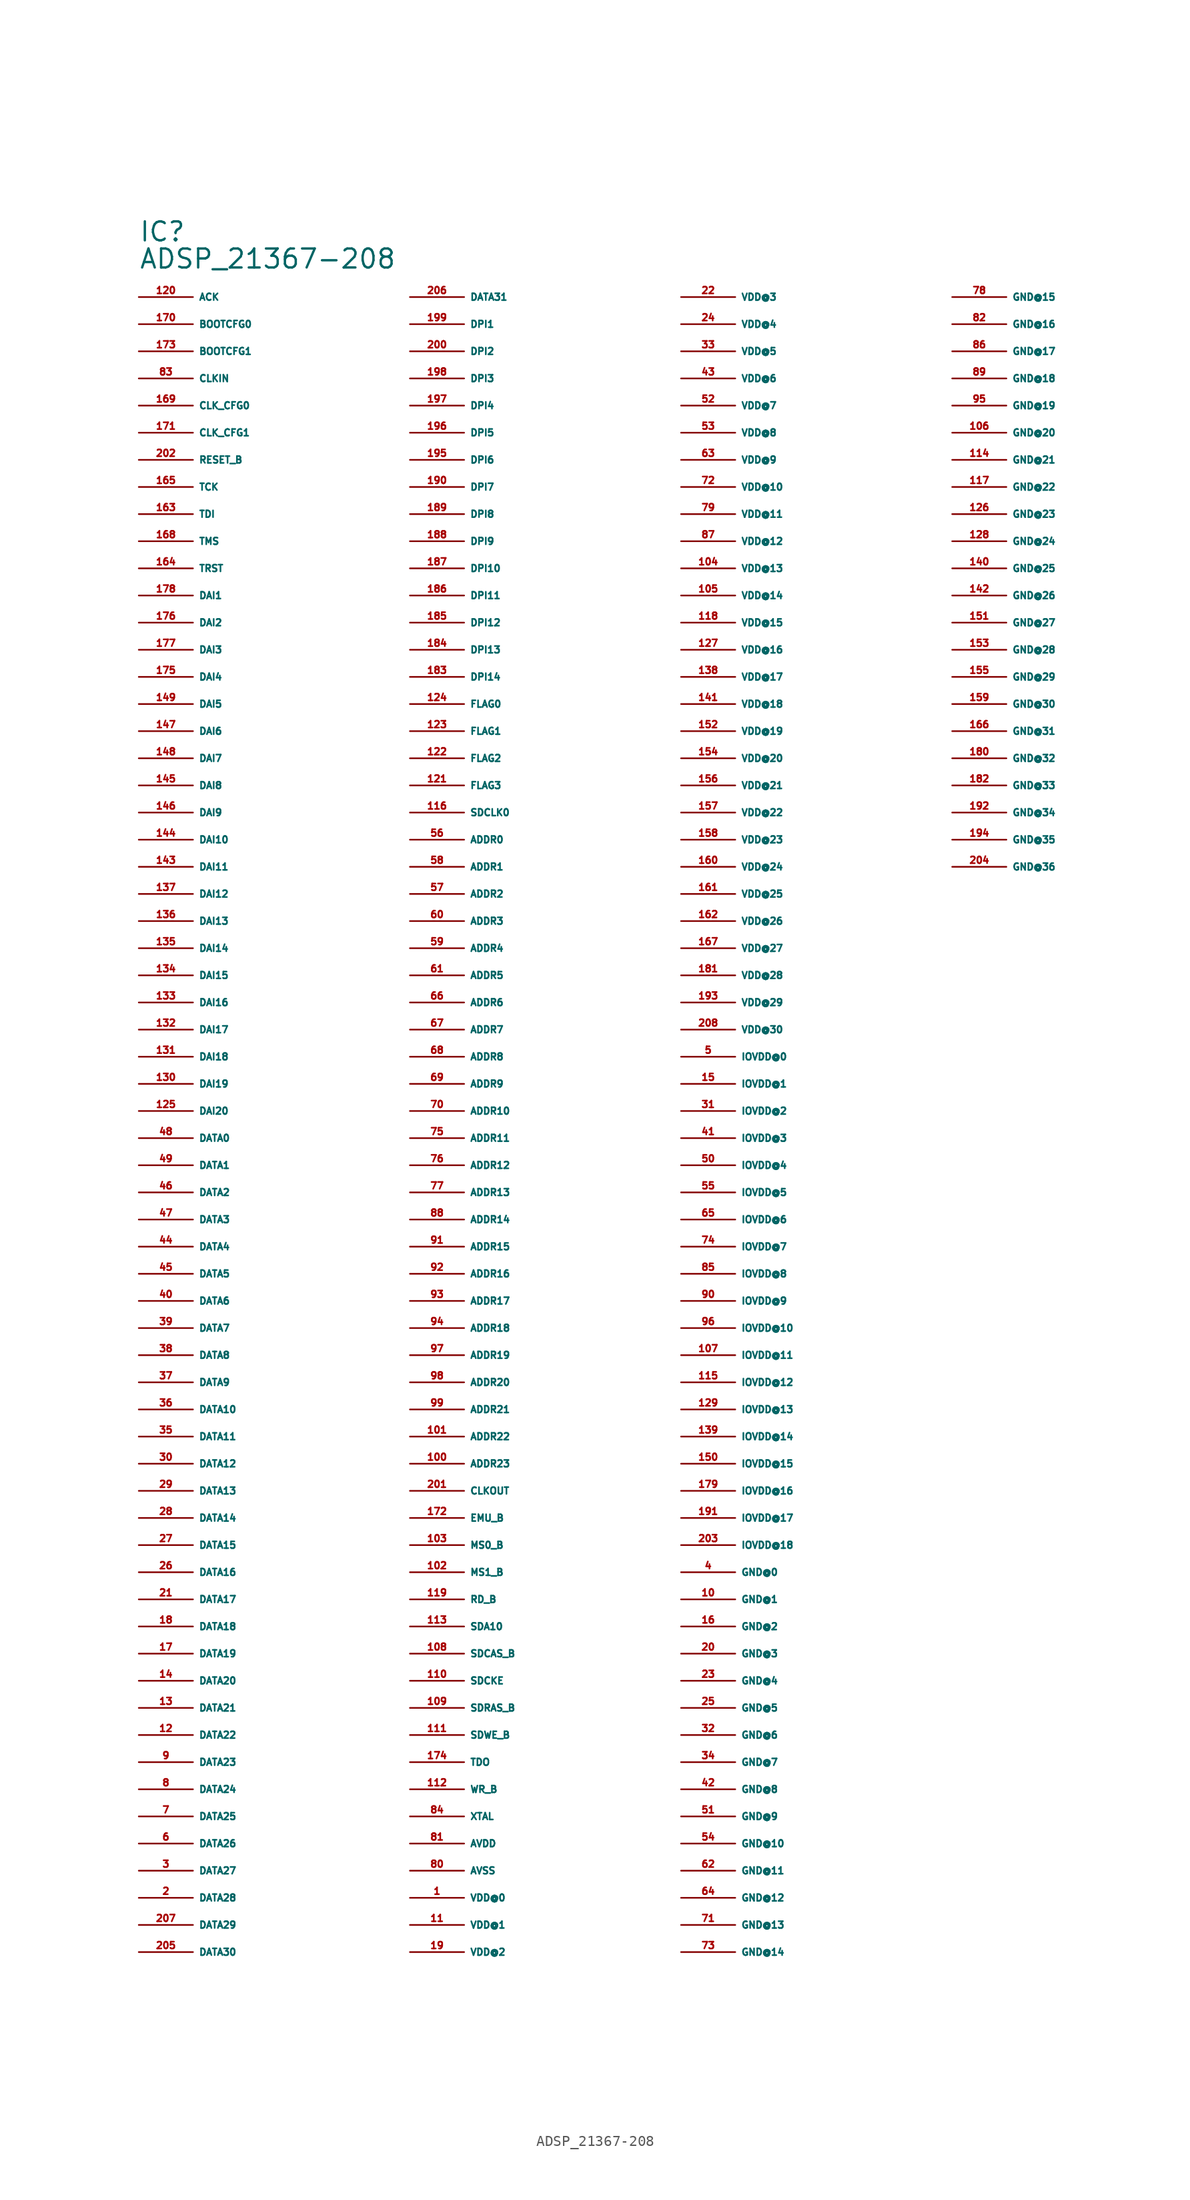
<source format=kicad_sym>
(kicad_symbol_lib
  (version 20220914)
  (generator Eagle2Kicad)
  (symbol "ADSP_21367-208"
    (property "Reference" "IC"
      (at -30.48 86.36 0)
      (effects (font (size 1.778 1.778) (thickness 0.22)) (justify left bottom)))
    (property "Value" "ADSP_21367-208"
      (at -30.48 83.82 0)
      (effects (font (size 1.778 1.778) (thickness 0.22)) (justify left bottom)))
    (pin input line
      (at -30.48 81.28 0)
      (length 5.08)
      (name "ACK" (effects (font (size 0.635 0.635) (thickness 0.08)) (justify left bottom)))
      (number "120" (effects (font (size 0.635 0.635) (thickness 0.08)) (justify left bottom))))
    (pin input line
      (at -30.48 78.74 0)
      (length 5.08)
      (name "BOOTCFG0" (effects (font (size 0.635 0.635) (thickness 0.08)) (justify left bottom)))
      (number "170" (effects (font (size 0.635 0.635) (thickness 0.08)) (justify left bottom))))
    (pin input line
      (at -30.48 76.2 0)
      (length 5.08)
      (name "BOOTCFG1" (effects (font (size 0.635 0.635) (thickness 0.08)) (justify left bottom)))
      (number "173" (effects (font (size 0.635 0.635) (thickness 0.08)) (justify left bottom))))
    (pin input line
      (at -30.48 73.66 0)
      (length 5.08)
      (name "CLKIN" (effects (font (size 0.635 0.635) (thickness 0.08)) (justify left bottom)))
      (number "83" (effects (font (size 0.635 0.635) (thickness 0.08)) (justify left bottom))))
    (pin input line
      (at -30.48 71.12 0)
      (length 5.08)
      (name "CLK_CFG0" (effects (font (size 0.635 0.635) (thickness 0.08)) (justify left bottom)))
      (number "169" (effects (font (size 0.635 0.635) (thickness 0.08)) (justify left bottom))))
    (pin input line
      (at -30.48 68.58 0)
      (length 5.08)
      (name "CLK_CFG1" (effects (font (size 0.635 0.635) (thickness 0.08)) (justify left bottom)))
      (number "171" (effects (font (size 0.635 0.635) (thickness 0.08)) (justify left bottom))))
    (pin input line
      (at -30.48 66.04 0)
      (length 5.08)
      (name "RESET_B" (effects (font (size 0.635 0.635) (thickness 0.08)) (justify left bottom)))
      (number "202" (effects (font (size 0.635 0.635) (thickness 0.08)) (justify left bottom))))
    (pin input line
      (at -30.48 63.5 0)
      (length 5.08)
      (name "TCK" (effects (font (size 0.635 0.635) (thickness 0.08)) (justify left bottom)))
      (number "165" (effects (font (size 0.635 0.635) (thickness 0.08)) (justify left bottom))))
    (pin input line
      (at -30.48 60.96 0)
      (length 5.08)
      (name "TDI" (effects (font (size 0.635 0.635) (thickness 0.08)) (justify left bottom)))
      (number "163" (effects (font (size 0.635 0.635) (thickness 0.08)) (justify left bottom))))
    (pin input line
      (at -30.48 58.42 0)
      (length 5.08)
      (name "TMS" (effects (font (size 0.635 0.635) (thickness 0.08)) (justify left bottom)))
      (number "168" (effects (font (size 0.635 0.635) (thickness 0.08)) (justify left bottom))))
    (pin input line
      (at -30.48 55.88 0)
      (length 5.08)
      (name "TRST" (effects (font (size 0.635 0.635) (thickness 0.08)) (justify left bottom)))
      (number "164" (effects (font (size 0.635 0.635) (thickness 0.08)) (justify left bottom))))
    (pin bidirectional line
      (at -30.48 53.34 0)
      (length 5.08)
      (name "DAI1" (effects (font (size 0.635 0.635) (thickness 0.08)) (justify left bottom)))
      (number "178" (effects (font (size 0.635 0.635) (thickness 0.08)) (justify left bottom))))
    (pin bidirectional line
      (at -30.48 50.8 0)
      (length 5.08)
      (name "DAI2" (effects (font (size 0.635 0.635) (thickness 0.08)) (justify left bottom)))
      (number "176" (effects (font (size 0.635 0.635) (thickness 0.08)) (justify left bottom))))
    (pin bidirectional line
      (at -30.48 48.26 0)
      (length 5.08)
      (name "DAI3" (effects (font (size 0.635 0.635) (thickness 0.08)) (justify left bottom)))
      (number "177" (effects (font (size 0.635 0.635) (thickness 0.08)) (justify left bottom))))
    (pin bidirectional line
      (at -30.48 45.72 0)
      (length 5.08)
      (name "DAI4" (effects (font (size 0.635 0.635) (thickness 0.08)) (justify left bottom)))
      (number "175" (effects (font (size 0.635 0.635) (thickness 0.08)) (justify left bottom))))
    (pin bidirectional line
      (at -30.48 43.18 0)
      (length 5.08)
      (name "DAI5" (effects (font (size 0.635 0.635) (thickness 0.08)) (justify left bottom)))
      (number "149" (effects (font (size 0.635 0.635) (thickness 0.08)) (justify left bottom))))
    (pin bidirectional line
      (at -30.48 40.64 0)
      (length 5.08)
      (name "DAI6" (effects (font (size 0.635 0.635) (thickness 0.08)) (justify left bottom)))
      (number "147" (effects (font (size 0.635 0.635) (thickness 0.08)) (justify left bottom))))
    (pin bidirectional line
      (at -30.48 38.1 0)
      (length 5.08)
      (name "DAI7" (effects (font (size 0.635 0.635) (thickness 0.08)) (justify left bottom)))
      (number "148" (effects (font (size 0.635 0.635) (thickness 0.08)) (justify left bottom))))
    (pin bidirectional line
      (at -30.48 35.56 0)
      (length 5.08)
      (name "DAI8" (effects (font (size 0.635 0.635) (thickness 0.08)) (justify left bottom)))
      (number "145" (effects (font (size 0.635 0.635) (thickness 0.08)) (justify left bottom))))
    (pin bidirectional line
      (at -30.48 33.02 0)
      (length 5.08)
      (name "DAI9" (effects (font (size 0.635 0.635) (thickness 0.08)) (justify left bottom)))
      (number "146" (effects (font (size 0.635 0.635) (thickness 0.08)) (justify left bottom))))
    (pin bidirectional line
      (at -30.48 30.48 0)
      (length 5.08)
      (name "DAI10" (effects (font (size 0.635 0.635) (thickness 0.08)) (justify left bottom)))
      (number "144" (effects (font (size 0.635 0.635) (thickness 0.08)) (justify left bottom))))
    (pin bidirectional line
      (at -30.48 27.94 0)
      (length 5.08)
      (name "DAI11" (effects (font (size 0.635 0.635) (thickness 0.08)) (justify left bottom)))
      (number "143" (effects (font (size 0.635 0.635) (thickness 0.08)) (justify left bottom))))
    (pin bidirectional line
      (at -30.48 25.4 0)
      (length 5.08)
      (name "DAI12" (effects (font (size 0.635 0.635) (thickness 0.08)) (justify left bottom)))
      (number "137" (effects (font (size 0.635 0.635) (thickness 0.08)) (justify left bottom))))
    (pin bidirectional line
      (at -30.48 22.86 0)
      (length 5.08)
      (name "DAI13" (effects (font (size 0.635 0.635) (thickness 0.08)) (justify left bottom)))
      (number "136" (effects (font (size 0.635 0.635) (thickness 0.08)) (justify left bottom))))
    (pin bidirectional line
      (at -30.48 20.32 0)
      (length 5.08)
      (name "DAI14" (effects (font (size 0.635 0.635) (thickness 0.08)) (justify left bottom)))
      (number "135" (effects (font (size 0.635 0.635) (thickness 0.08)) (justify left bottom))))
    (pin bidirectional line
      (at -30.48 17.78 0)
      (length 5.08)
      (name "DAI15" (effects (font (size 0.635 0.635) (thickness 0.08)) (justify left bottom)))
      (number "134" (effects (font (size 0.635 0.635) (thickness 0.08)) (justify left bottom))))
    (pin bidirectional line
      (at -30.48 15.24 0)
      (length 5.08)
      (name "DAI16" (effects (font (size 0.635 0.635) (thickness 0.08)) (justify left bottom)))
      (number "133" (effects (font (size 0.635 0.635) (thickness 0.08)) (justify left bottom))))
    (pin bidirectional line
      (at -30.48 12.7 0)
      (length 5.08)
      (name "DAI17" (effects (font (size 0.635 0.635) (thickness 0.08)) (justify left bottom)))
      (number "132" (effects (font (size 0.635 0.635) (thickness 0.08)) (justify left bottom))))
    (pin bidirectional line
      (at -30.48 10.16 0)
      (length 5.08)
      (name "DAI18" (effects (font (size 0.635 0.635) (thickness 0.08)) (justify left bottom)))
      (number "131" (effects (font (size 0.635 0.635) (thickness 0.08)) (justify left bottom))))
    (pin bidirectional line
      (at -30.48 7.62 0)
      (length 5.08)
      (name "DAI19" (effects (font (size 0.635 0.635) (thickness 0.08)) (justify left bottom)))
      (number "130" (effects (font (size 0.635 0.635) (thickness 0.08)) (justify left bottom))))
    (pin bidirectional line
      (at -30.48 5.08 0)
      (length 5.08)
      (name "DAI20" (effects (font (size 0.635 0.635) (thickness 0.08)) (justify left bottom)))
      (number "125" (effects (font (size 0.635 0.635) (thickness 0.08)) (justify left bottom))))
    (pin bidirectional line
      (at -30.48 2.54 0)
      (length 5.08)
      (name "DATA0" (effects (font (size 0.635 0.635) (thickness 0.08)) (justify left bottom)))
      (number "48" (effects (font (size 0.635 0.635) (thickness 0.08)) (justify left bottom))))
    (pin bidirectional line
      (at -30.48 0 0)
      (length 5.08)
      (name "DATA1" (effects (font (size 0.635 0.635) (thickness 0.08)) (justify left bottom)))
      (number "49" (effects (font (size 0.635 0.635) (thickness 0.08)) (justify left bottom))))
    (pin bidirectional line
      (at -30.48 -2.54 0)
      (length 5.08)
      (name "DATA2" (effects (font (size 0.635 0.635) (thickness 0.08)) (justify left bottom)))
      (number "46" (effects (font (size 0.635 0.635) (thickness 0.08)) (justify left bottom))))
    (pin bidirectional line
      (at -30.48 -5.08 0)
      (length 5.08)
      (name "DATA3" (effects (font (size 0.635 0.635) (thickness 0.08)) (justify left bottom)))
      (number "47" (effects (font (size 0.635 0.635) (thickness 0.08)) (justify left bottom))))
    (pin bidirectional line
      (at -30.48 -7.62 0)
      (length 5.08)
      (name "DATA4" (effects (font (size 0.635 0.635) (thickness 0.08)) (justify left bottom)))
      (number "44" (effects (font (size 0.635 0.635) (thickness 0.08)) (justify left bottom))))
    (pin bidirectional line
      (at -30.48 -10.16 0)
      (length 5.08)
      (name "DATA5" (effects (font (size 0.635 0.635) (thickness 0.08)) (justify left bottom)))
      (number "45" (effects (font (size 0.635 0.635) (thickness 0.08)) (justify left bottom))))
    (pin bidirectional line
      (at -30.48 -12.7 0)
      (length 5.08)
      (name "DATA6" (effects (font (size 0.635 0.635) (thickness 0.08)) (justify left bottom)))
      (number "40" (effects (font (size 0.635 0.635) (thickness 0.08)) (justify left bottom))))
    (pin bidirectional line
      (at -30.48 -15.24 0)
      (length 5.08)
      (name "DATA7" (effects (font (size 0.635 0.635) (thickness 0.08)) (justify left bottom)))
      (number "39" (effects (font (size 0.635 0.635) (thickness 0.08)) (justify left bottom))))
    (pin bidirectional line
      (at -30.48 -17.78 0)
      (length 5.08)
      (name "DATA8" (effects (font (size 0.635 0.635) (thickness 0.08)) (justify left bottom)))
      (number "38" (effects (font (size 0.635 0.635) (thickness 0.08)) (justify left bottom))))
    (pin bidirectional line
      (at -30.48 -20.32 0)
      (length 5.08)
      (name "DATA9" (effects (font (size 0.635 0.635) (thickness 0.08)) (justify left bottom)))
      (number "37" (effects (font (size 0.635 0.635) (thickness 0.08)) (justify left bottom))))
    (pin bidirectional line
      (at -30.48 -22.86 0)
      (length 5.08)
      (name "DATA10" (effects (font (size 0.635 0.635) (thickness 0.08)) (justify left bottom)))
      (number "36" (effects (font (size 0.635 0.635) (thickness 0.08)) (justify left bottom))))
    (pin bidirectional line
      (at -30.48 -25.4 0)
      (length 5.08)
      (name "DATA11" (effects (font (size 0.635 0.635) (thickness 0.08)) (justify left bottom)))
      (number "35" (effects (font (size 0.635 0.635) (thickness 0.08)) (justify left bottom))))
    (pin bidirectional line
      (at -30.48 -27.94 0)
      (length 5.08)
      (name "DATA12" (effects (font (size 0.635 0.635) (thickness 0.08)) (justify left bottom)))
      (number "30" (effects (font (size 0.635 0.635) (thickness 0.08)) (justify left bottom))))
    (pin bidirectional line
      (at -30.48 -30.48 0)
      (length 5.08)
      (name "DATA13" (effects (font (size 0.635 0.635) (thickness 0.08)) (justify left bottom)))
      (number "29" (effects (font (size 0.635 0.635) (thickness 0.08)) (justify left bottom))))
    (pin bidirectional line
      (at -30.48 -33.02 0)
      (length 5.08)
      (name "DATA14" (effects (font (size 0.635 0.635) (thickness 0.08)) (justify left bottom)))
      (number "28" (effects (font (size 0.635 0.635) (thickness 0.08)) (justify left bottom))))
    (pin bidirectional line
      (at -30.48 -35.56 0)
      (length 5.08)
      (name "DATA15" (effects (font (size 0.635 0.635) (thickness 0.08)) (justify left bottom)))
      (number "27" (effects (font (size 0.635 0.635) (thickness 0.08)) (justify left bottom))))
    (pin bidirectional line
      (at -30.48 -38.1 0)
      (length 5.08)
      (name "DATA16" (effects (font (size 0.635 0.635) (thickness 0.08)) (justify left bottom)))
      (number "26" (effects (font (size 0.635 0.635) (thickness 0.08)) (justify left bottom))))
    (pin bidirectional line
      (at -30.48 -40.64 0)
      (length 5.08)
      (name "DATA17" (effects (font (size 0.635 0.635) (thickness 0.08)) (justify left bottom)))
      (number "21" (effects (font (size 0.635 0.635) (thickness 0.08)) (justify left bottom))))
    (pin bidirectional line
      (at -30.48 -43.18 0)
      (length 5.08)
      (name "DATA18" (effects (font (size 0.635 0.635) (thickness 0.08)) (justify left bottom)))
      (number "18" (effects (font (size 0.635 0.635) (thickness 0.08)) (justify left bottom))))
    (pin bidirectional line
      (at -30.48 -45.72 0)
      (length 5.08)
      (name "DATA19" (effects (font (size 0.635 0.635) (thickness 0.08)) (justify left bottom)))
      (number "17" (effects (font (size 0.635 0.635) (thickness 0.08)) (justify left bottom))))
    (pin bidirectional line
      (at -30.48 -48.26 0)
      (length 5.08)
      (name "DATA20" (effects (font (size 0.635 0.635) (thickness 0.08)) (justify left bottom)))
      (number "14" (effects (font (size 0.635 0.635) (thickness 0.08)) (justify left bottom))))
    (pin bidirectional line
      (at -30.48 -50.8 0)
      (length 5.08)
      (name "DATA21" (effects (font (size 0.635 0.635) (thickness 0.08)) (justify left bottom)))
      (number "13" (effects (font (size 0.635 0.635) (thickness 0.08)) (justify left bottom))))
    (pin bidirectional line
      (at -30.48 -53.34 0)
      (length 5.08)
      (name "DATA22" (effects (font (size 0.635 0.635) (thickness 0.08)) (justify left bottom)))
      (number "12" (effects (font (size 0.635 0.635) (thickness 0.08)) (justify left bottom))))
    (pin bidirectional line
      (at -30.48 -55.88 0)
      (length 5.08)
      (name "DATA23" (effects (font (size 0.635 0.635) (thickness 0.08)) (justify left bottom)))
      (number "9" (effects (font (size 0.635 0.635) (thickness 0.08)) (justify left bottom))))
    (pin bidirectional line
      (at -30.48 -58.42 0)
      (length 5.08)
      (name "DATA24" (effects (font (size 0.635 0.635) (thickness 0.08)) (justify left bottom)))
      (number "8" (effects (font (size 0.635 0.635) (thickness 0.08)) (justify left bottom))))
    (pin bidirectional line
      (at -30.48 -60.96 0)
      (length 5.08)
      (name "DATA25" (effects (font (size 0.635 0.635) (thickness 0.08)) (justify left bottom)))
      (number "7" (effects (font (size 0.635 0.635) (thickness 0.08)) (justify left bottom))))
    (pin bidirectional line
      (at -30.48 -63.5 0)
      (length 5.08)
      (name "DATA26" (effects (font (size 0.635 0.635) (thickness 0.08)) (justify left bottom)))
      (number "6" (effects (font (size 0.635 0.635) (thickness 0.08)) (justify left bottom))))
    (pin bidirectional line
      (at -30.48 -66.04 0)
      (length 5.08)
      (name "DATA27" (effects (font (size 0.635 0.635) (thickness 0.08)) (justify left bottom)))
      (number "3" (effects (font (size 0.635 0.635) (thickness 0.08)) (justify left bottom))))
    (pin bidirectional line
      (at -30.48 -68.58 0)
      (length 5.08)
      (name "DATA28" (effects (font (size 0.635 0.635) (thickness 0.08)) (justify left bottom)))
      (number "2" (effects (font (size 0.635 0.635) (thickness 0.08)) (justify left bottom))))
    (pin bidirectional line
      (at -30.48 -71.12 0)
      (length 5.08)
      (name "DATA29" (effects (font (size 0.635 0.635) (thickness 0.08)) (justify left bottom)))
      (number "207" (effects (font (size 0.635 0.635) (thickness 0.08)) (justify left bottom))))
    (pin bidirectional line
      (at -30.48 -73.66 0)
      (length 5.08)
      (name "DATA30" (effects (font (size 0.635 0.635) (thickness 0.08)) (justify left bottom)))
      (number "205" (effects (font (size 0.635 0.635) (thickness 0.08)) (justify left bottom))))
    (pin bidirectional line
      (at -5.08 81.28 0)
      (length 5.08)
      (name "DATA31" (effects (font (size 0.635 0.635) (thickness 0.08)) (justify left bottom)))
      (number "206" (effects (font (size 0.635 0.635) (thickness 0.08)) (justify left bottom))))
    (pin bidirectional line
      (at -5.08 78.74 0)
      (length 5.08)
      (name "DPI1" (effects (font (size 0.635 0.635) (thickness 0.08)) (justify left bottom)))
      (number "199" (effects (font (size 0.635 0.635) (thickness 0.08)) (justify left bottom))))
    (pin bidirectional line
      (at -5.08 76.2 0)
      (length 5.08)
      (name "DPI2" (effects (font (size 0.635 0.635) (thickness 0.08)) (justify left bottom)))
      (number "200" (effects (font (size 0.635 0.635) (thickness 0.08)) (justify left bottom))))
    (pin bidirectional line
      (at -5.08 73.66 0)
      (length 5.08)
      (name "DPI3" (effects (font (size 0.635 0.635) (thickness 0.08)) (justify left bottom)))
      (number "198" (effects (font (size 0.635 0.635) (thickness 0.08)) (justify left bottom))))
    (pin bidirectional line
      (at -5.08 71.12 0)
      (length 5.08)
      (name "DPI4" (effects (font (size 0.635 0.635) (thickness 0.08)) (justify left bottom)))
      (number "197" (effects (font (size 0.635 0.635) (thickness 0.08)) (justify left bottom))))
    (pin bidirectional line
      (at -5.08 68.58 0)
      (length 5.08)
      (name "DPI5" (effects (font (size 0.635 0.635) (thickness 0.08)) (justify left bottom)))
      (number "196" (effects (font (size 0.635 0.635) (thickness 0.08)) (justify left bottom))))
    (pin bidirectional line
      (at -5.08 66.04 0)
      (length 5.08)
      (name "DPI6" (effects (font (size 0.635 0.635) (thickness 0.08)) (justify left bottom)))
      (number "195" (effects (font (size 0.635 0.635) (thickness 0.08)) (justify left bottom))))
    (pin bidirectional line
      (at -5.08 63.5 0)
      (length 5.08)
      (name "DPI7" (effects (font (size 0.635 0.635) (thickness 0.08)) (justify left bottom)))
      (number "190" (effects (font (size 0.635 0.635) (thickness 0.08)) (justify left bottom))))
    (pin bidirectional line
      (at -5.08 60.96 0)
      (length 5.08)
      (name "DPI8" (effects (font (size 0.635 0.635) (thickness 0.08)) (justify left bottom)))
      (number "189" (effects (font (size 0.635 0.635) (thickness 0.08)) (justify left bottom))))
    (pin bidirectional line
      (at -5.08 58.42 0)
      (length 5.08)
      (name "DPI9" (effects (font (size 0.635 0.635) (thickness 0.08)) (justify left bottom)))
      (number "188" (effects (font (size 0.635 0.635) (thickness 0.08)) (justify left bottom))))
    (pin bidirectional line
      (at -5.08 55.88 0)
      (length 5.08)
      (name "DPI10" (effects (font (size 0.635 0.635) (thickness 0.08)) (justify left bottom)))
      (number "187" (effects (font (size 0.635 0.635) (thickness 0.08)) (justify left bottom))))
    (pin bidirectional line
      (at -5.08 53.34 0)
      (length 5.08)
      (name "DPI11" (effects (font (size 0.635 0.635) (thickness 0.08)) (justify left bottom)))
      (number "186" (effects (font (size 0.635 0.635) (thickness 0.08)) (justify left bottom))))
    (pin bidirectional line
      (at -5.08 50.8 0)
      (length 5.08)
      (name "DPI12" (effects (font (size 0.635 0.635) (thickness 0.08)) (justify left bottom)))
      (number "185" (effects (font (size 0.635 0.635) (thickness 0.08)) (justify left bottom))))
    (pin bidirectional line
      (at -5.08 48.26 0)
      (length 5.08)
      (name "DPI13" (effects (font (size 0.635 0.635) (thickness 0.08)) (justify left bottom)))
      (number "184" (effects (font (size 0.635 0.635) (thickness 0.08)) (justify left bottom))))
    (pin bidirectional line
      (at -5.08 45.72 0)
      (length 5.08)
      (name "DPI14" (effects (font (size 0.635 0.635) (thickness 0.08)) (justify left bottom)))
      (number "183" (effects (font (size 0.635 0.635) (thickness 0.08)) (justify left bottom))))
    (pin bidirectional line
      (at -5.08 43.18 0)
      (length 5.08)
      (name "FLAG0" (effects (font (size 0.635 0.635) (thickness 0.08)) (justify left bottom)))
      (number "124" (effects (font (size 0.635 0.635) (thickness 0.08)) (justify left bottom))))
    (pin bidirectional line
      (at -5.08 40.64 0)
      (length 5.08)
      (name "FLAG1" (effects (font (size 0.635 0.635) (thickness 0.08)) (justify left bottom)))
      (number "123" (effects (font (size 0.635 0.635) (thickness 0.08)) (justify left bottom))))
    (pin bidirectional line
      (at -5.08 38.1 0)
      (length 5.08)
      (name "FLAG2" (effects (font (size 0.635 0.635) (thickness 0.08)) (justify left bottom)))
      (number "122" (effects (font (size 0.635 0.635) (thickness 0.08)) (justify left bottom))))
    (pin bidirectional line
      (at -5.08 35.56 0)
      (length 5.08)
      (name "FLAG3" (effects (font (size 0.635 0.635) (thickness 0.08)) (justify left bottom)))
      (number "121" (effects (font (size 0.635 0.635) (thickness 0.08)) (justify left bottom))))
    (pin bidirectional line
      (at -5.08 33.02 0)
      (length 5.08)
      (name "SDCLK0" (effects (font (size 0.635 0.635) (thickness 0.08)) (justify left bottom)))
      (number "116" (effects (font (size 0.635 0.635) (thickness 0.08)) (justify left bottom))))
    (pin output line
      (at -5.08 30.48 0)
      (length 5.08)
      (name "ADDR0" (effects (font (size 0.635 0.635) (thickness 0.08)) (justify left bottom)))
      (number "56" (effects (font (size 0.635 0.635) (thickness 0.08)) (justify left bottom))))
    (pin output line
      (at -5.08 27.94 0)
      (length 5.08)
      (name "ADDR1" (effects (font (size 0.635 0.635) (thickness 0.08)) (justify left bottom)))
      (number "58" (effects (font (size 0.635 0.635) (thickness 0.08)) (justify left bottom))))
    (pin output line
      (at -5.08 25.4 0)
      (length 5.08)
      (name "ADDR2" (effects (font (size 0.635 0.635) (thickness 0.08)) (justify left bottom)))
      (number "57" (effects (font (size 0.635 0.635) (thickness 0.08)) (justify left bottom))))
    (pin output line
      (at -5.08 22.86 0)
      (length 5.08)
      (name "ADDR3" (effects (font (size 0.635 0.635) (thickness 0.08)) (justify left bottom)))
      (number "60" (effects (font (size 0.635 0.635) (thickness 0.08)) (justify left bottom))))
    (pin output line
      (at -5.08 20.32 0)
      (length 5.08)
      (name "ADDR4" (effects (font (size 0.635 0.635) (thickness 0.08)) (justify left bottom)))
      (number "59" (effects (font (size 0.635 0.635) (thickness 0.08)) (justify left bottom))))
    (pin output line
      (at -5.08 17.78 0)
      (length 5.08)
      (name "ADDR5" (effects (font (size 0.635 0.635) (thickness 0.08)) (justify left bottom)))
      (number "61" (effects (font (size 0.635 0.635) (thickness 0.08)) (justify left bottom))))
    (pin output line
      (at -5.08 15.24 0)
      (length 5.08)
      (name "ADDR6" (effects (font (size 0.635 0.635) (thickness 0.08)) (justify left bottom)))
      (number "66" (effects (font (size 0.635 0.635) (thickness 0.08)) (justify left bottom))))
    (pin output line
      (at -5.08 12.7 0)
      (length 5.08)
      (name "ADDR7" (effects (font (size 0.635 0.635) (thickness 0.08)) (justify left bottom)))
      (number "67" (effects (font (size 0.635 0.635) (thickness 0.08)) (justify left bottom))))
    (pin output line
      (at -5.08 10.16 0)
      (length 5.08)
      (name "ADDR8" (effects (font (size 0.635 0.635) (thickness 0.08)) (justify left bottom)))
      (number "68" (effects (font (size 0.635 0.635) (thickness 0.08)) (justify left bottom))))
    (pin output line
      (at -5.08 7.62 0)
      (length 5.08)
      (name "ADDR9" (effects (font (size 0.635 0.635) (thickness 0.08)) (justify left bottom)))
      (number "69" (effects (font (size 0.635 0.635) (thickness 0.08)) (justify left bottom))))
    (pin output line
      (at -5.08 5.08 0)
      (length 5.08)
      (name "ADDR10" (effects (font (size 0.635 0.635) (thickness 0.08)) (justify left bottom)))
      (number "70" (effects (font (size 0.635 0.635) (thickness 0.08)) (justify left bottom))))
    (pin output line
      (at -5.08 2.54 0)
      (length 5.08)
      (name "ADDR11" (effects (font (size 0.635 0.635) (thickness 0.08)) (justify left bottom)))
      (number "75" (effects (font (size 0.635 0.635) (thickness 0.08)) (justify left bottom))))
    (pin output line
      (at -5.08 0 0)
      (length 5.08)
      (name "ADDR12" (effects (font (size 0.635 0.635) (thickness 0.08)) (justify left bottom)))
      (number "76" (effects (font (size 0.635 0.635) (thickness 0.08)) (justify left bottom))))
    (pin output line
      (at -5.08 -2.54 0)
      (length 5.08)
      (name "ADDR13" (effects (font (size 0.635 0.635) (thickness 0.08)) (justify left bottom)))
      (number "77" (effects (font (size 0.635 0.635) (thickness 0.08)) (justify left bottom))))
    (pin output line
      (at -5.08 -5.08 0)
      (length 5.08)
      (name "ADDR14" (effects (font (size 0.635 0.635) (thickness 0.08)) (justify left bottom)))
      (number "88" (effects (font (size 0.635 0.635) (thickness 0.08)) (justify left bottom))))
    (pin output line
      (at -5.08 -7.62 0)
      (length 5.08)
      (name "ADDR15" (effects (font (size 0.635 0.635) (thickness 0.08)) (justify left bottom)))
      (number "91" (effects (font (size 0.635 0.635) (thickness 0.08)) (justify left bottom))))
    (pin output line
      (at -5.08 -10.16 0)
      (length 5.08)
      (name "ADDR16" (effects (font (size 0.635 0.635) (thickness 0.08)) (justify left bottom)))
      (number "92" (effects (font (size 0.635 0.635) (thickness 0.08)) (justify left bottom))))
    (pin output line
      (at -5.08 -12.7 0)
      (length 5.08)
      (name "ADDR17" (effects (font (size 0.635 0.635) (thickness 0.08)) (justify left bottom)))
      (number "93" (effects (font (size 0.635 0.635) (thickness 0.08)) (justify left bottom))))
    (pin output line
      (at -5.08 -15.24 0)
      (length 5.08)
      (name "ADDR18" (effects (font (size 0.635 0.635) (thickness 0.08)) (justify left bottom)))
      (number "94" (effects (font (size 0.635 0.635) (thickness 0.08)) (justify left bottom))))
    (pin output line
      (at -5.08 -17.78 0)
      (length 5.08)
      (name "ADDR19" (effects (font (size 0.635 0.635) (thickness 0.08)) (justify left bottom)))
      (number "97" (effects (font (size 0.635 0.635) (thickness 0.08)) (justify left bottom))))
    (pin output line
      (at -5.08 -20.32 0)
      (length 5.08)
      (name "ADDR20" (effects (font (size 0.635 0.635) (thickness 0.08)) (justify left bottom)))
      (number "98" (effects (font (size 0.635 0.635) (thickness 0.08)) (justify left bottom))))
    (pin output line
      (at -5.08 -22.86 0)
      (length 5.08)
      (name "ADDR21" (effects (font (size 0.635 0.635) (thickness 0.08)) (justify left bottom)))
      (number "99" (effects (font (size 0.635 0.635) (thickness 0.08)) (justify left bottom))))
    (pin output line
      (at -5.08 -25.4 0)
      (length 5.08)
      (name "ADDR22" (effects (font (size 0.635 0.635) (thickness 0.08)) (justify left bottom)))
      (number "101" (effects (font (size 0.635 0.635) (thickness 0.08)) (justify left bottom))))
    (pin output line
      (at -5.08 -27.94 0)
      (length 5.08)
      (name "ADDR23" (effects (font (size 0.635 0.635) (thickness 0.08)) (justify left bottom)))
      (number "100" (effects (font (size 0.635 0.635) (thickness 0.08)) (justify left bottom))))
    (pin output line
      (at -5.08 -30.48 0)
      (length 5.08)
      (name "CLKOUT" (effects (font (size 0.635 0.635) (thickness 0.08)) (justify left bottom)))
      (number "201" (effects (font (size 0.635 0.635) (thickness 0.08)) (justify left bottom))))
    (pin output line
      (at -5.08 -33.02 0)
      (length 5.08)
      (name "EMU_B" (effects (font (size 0.635 0.635) (thickness 0.08)) (justify left bottom)))
      (number "172" (effects (font (size 0.635 0.635) (thickness 0.08)) (justify left bottom))))
    (pin output line
      (at -5.08 -35.56 0)
      (length 5.08)
      (name "MS0_B" (effects (font (size 0.635 0.635) (thickness 0.08)) (justify left bottom)))
      (number "103" (effects (font (size 0.635 0.635) (thickness 0.08)) (justify left bottom))))
    (pin output line
      (at -5.08 -38.1 0)
      (length 5.08)
      (name "MS1_B" (effects (font (size 0.635 0.635) (thickness 0.08)) (justify left bottom)))
      (number "102" (effects (font (size 0.635 0.635) (thickness 0.08)) (justify left bottom))))
    (pin output line
      (at -5.08 -40.64 0)
      (length 5.08)
      (name "RD_B" (effects (font (size 0.635 0.635) (thickness 0.08)) (justify left bottom)))
      (number "119" (effects (font (size 0.635 0.635) (thickness 0.08)) (justify left bottom))))
    (pin output line
      (at -5.08 -43.18 0)
      (length 5.08)
      (name "SDA10" (effects (font (size 0.635 0.635) (thickness 0.08)) (justify left bottom)))
      (number "113" (effects (font (size 0.635 0.635) (thickness 0.08)) (justify left bottom))))
    (pin output line
      (at -5.08 -45.72 0)
      (length 5.08)
      (name "SDCAS_B" (effects (font (size 0.635 0.635) (thickness 0.08)) (justify left bottom)))
      (number "108" (effects (font (size 0.635 0.635) (thickness 0.08)) (justify left bottom))))
    (pin output line
      (at -5.08 -48.26 0)
      (length 5.08)
      (name "SDCKE" (effects (font (size 0.635 0.635) (thickness 0.08)) (justify left bottom)))
      (number "110" (effects (font (size 0.635 0.635) (thickness 0.08)) (justify left bottom))))
    (pin output line
      (at -5.08 -50.8 0)
      (length 5.08)
      (name "SDRAS_B" (effects (font (size 0.635 0.635) (thickness 0.08)) (justify left bottom)))
      (number "109" (effects (font (size 0.635 0.635) (thickness 0.08)) (justify left bottom))))
    (pin output line
      (at -5.08 -53.34 0)
      (length 5.08)
      (name "SDWE_B" (effects (font (size 0.635 0.635) (thickness 0.08)) (justify left bottom)))
      (number "111" (effects (font (size 0.635 0.635) (thickness 0.08)) (justify left bottom))))
    (pin output line
      (at -5.08 -55.88 0)
      (length 5.08)
      (name "TDO" (effects (font (size 0.635 0.635) (thickness 0.08)) (justify left bottom)))
      (number "174" (effects (font (size 0.635 0.635) (thickness 0.08)) (justify left bottom))))
    (pin output line
      (at -5.08 -58.42 0)
      (length 5.08)
      (name "WR_B" (effects (font (size 0.635 0.635) (thickness 0.08)) (justify left bottom)))
      (number "112" (effects (font (size 0.635 0.635) (thickness 0.08)) (justify left bottom))))
    (pin output line
      (at -5.08 -60.96 0)
      (length 5.08)
      (name "XTAL" (effects (font (size 0.635 0.635) (thickness 0.08)) (justify left bottom)))
      (number "84" (effects (font (size 0.635 0.635) (thickness 0.08)) (justify left bottom))))
    (pin unspecified line
      (at -5.08 -63.5 0)
      (length 5.08)
      (name "AVDD" (effects (font (size 0.635 0.635) (thickness 0.08)) (justify left bottom)))
      (number "81" (effects (font (size 0.635 0.635) (thickness 0.08)) (justify left bottom))))
    (pin unspecified line
      (at -5.08 -66.04 0)
      (length 5.08)
      (name "AVSS" (effects (font (size 0.635 0.635) (thickness 0.08)) (justify left bottom)))
      (number "80" (effects (font (size 0.635 0.635) (thickness 0.08)) (justify left bottom))))
    (pin unspecified line
      (at -5.08 -68.58 0)
      (length 5.08)
      (name "VDD@0" (effects (font (size 0.635 0.635) (thickness 0.08)) (justify left bottom)))
      (number "1" (effects (font (size 0.635 0.635) (thickness 0.08)) (justify left bottom))))
    (pin unspecified line
      (at -5.08 -71.12 0)
      (length 5.08)
      (name "VDD@1" (effects (font (size 0.635 0.635) (thickness 0.08)) (justify left bottom)))
      (number "11" (effects (font (size 0.635 0.635) (thickness 0.08)) (justify left bottom))))
    (pin unspecified line
      (at -5.08 -73.66 0)
      (length 5.08)
      (name "VDD@2" (effects (font (size 0.635 0.635) (thickness 0.08)) (justify left bottom)))
      (number "19" (effects (font (size 0.635 0.635) (thickness 0.08)) (justify left bottom))))
    (pin unspecified line
      (at 20.32 81.28 0)
      (length 5.08)
      (name "VDD@3" (effects (font (size 0.635 0.635) (thickness 0.08)) (justify left bottom)))
      (number "22" (effects (font (size 0.635 0.635) (thickness 0.08)) (justify left bottom))))
    (pin unspecified line
      (at 20.32 78.74 0)
      (length 5.08)
      (name "VDD@4" (effects (font (size 0.635 0.635) (thickness 0.08)) (justify left bottom)))
      (number "24" (effects (font (size 0.635 0.635) (thickness 0.08)) (justify left bottom))))
    (pin unspecified line
      (at 20.32 76.2 0)
      (length 5.08)
      (name "VDD@5" (effects (font (size 0.635 0.635) (thickness 0.08)) (justify left bottom)))
      (number "33" (effects (font (size 0.635 0.635) (thickness 0.08)) (justify left bottom))))
    (pin unspecified line
      (at 20.32 73.66 0)
      (length 5.08)
      (name "VDD@6" (effects (font (size 0.635 0.635) (thickness 0.08)) (justify left bottom)))
      (number "43" (effects (font (size 0.635 0.635) (thickness 0.08)) (justify left bottom))))
    (pin unspecified line
      (at 20.32 71.12 0)
      (length 5.08)
      (name "VDD@7" (effects (font (size 0.635 0.635) (thickness 0.08)) (justify left bottom)))
      (number "52" (effects (font (size 0.635 0.635) (thickness 0.08)) (justify left bottom))))
    (pin unspecified line
      (at 20.32 68.58 0)
      (length 5.08)
      (name "VDD@8" (effects (font (size 0.635 0.635) (thickness 0.08)) (justify left bottom)))
      (number "53" (effects (font (size 0.635 0.635) (thickness 0.08)) (justify left bottom))))
    (pin unspecified line
      (at 20.32 66.04 0)
      (length 5.08)
      (name "VDD@9" (effects (font (size 0.635 0.635) (thickness 0.08)) (justify left bottom)))
      (number "63" (effects (font (size 0.635 0.635) (thickness 0.08)) (justify left bottom))))
    (pin unspecified line
      (at 20.32 63.5 0)
      (length 5.08)
      (name "VDD@10" (effects (font (size 0.635 0.635) (thickness 0.08)) (justify left bottom)))
      (number "72" (effects (font (size 0.635 0.635) (thickness 0.08)) (justify left bottom))))
    (pin unspecified line
      (at 20.32 60.96 0)
      (length 5.08)
      (name "VDD@11" (effects (font (size 0.635 0.635) (thickness 0.08)) (justify left bottom)))
      (number "79" (effects (font (size 0.635 0.635) (thickness 0.08)) (justify left bottom))))
    (pin unspecified line
      (at 20.32 58.42 0)
      (length 5.08)
      (name "VDD@12" (effects (font (size 0.635 0.635) (thickness 0.08)) (justify left bottom)))
      (number "87" (effects (font (size 0.635 0.635) (thickness 0.08)) (justify left bottom))))
    (pin unspecified line
      (at 20.32 55.88 0)
      (length 5.08)
      (name "VDD@13" (effects (font (size 0.635 0.635) (thickness 0.08)) (justify left bottom)))
      (number "104" (effects (font (size 0.635 0.635) (thickness 0.08)) (justify left bottom))))
    (pin unspecified line
      (at 20.32 53.34 0)
      (length 5.08)
      (name "VDD@14" (effects (font (size 0.635 0.635) (thickness 0.08)) (justify left bottom)))
      (number "105" (effects (font (size 0.635 0.635) (thickness 0.08)) (justify left bottom))))
    (pin unspecified line
      (at 20.32 50.8 0)
      (length 5.08)
      (name "VDD@15" (effects (font (size 0.635 0.635) (thickness 0.08)) (justify left bottom)))
      (number "118" (effects (font (size 0.635 0.635) (thickness 0.08)) (justify left bottom))))
    (pin unspecified line
      (at 20.32 48.26 0)
      (length 5.08)
      (name "VDD@16" (effects (font (size 0.635 0.635) (thickness 0.08)) (justify left bottom)))
      (number "127" (effects (font (size 0.635 0.635) (thickness 0.08)) (justify left bottom))))
    (pin unspecified line
      (at 20.32 45.72 0)
      (length 5.08)
      (name "VDD@17" (effects (font (size 0.635 0.635) (thickness 0.08)) (justify left bottom)))
      (number "138" (effects (font (size 0.635 0.635) (thickness 0.08)) (justify left bottom))))
    (pin unspecified line
      (at 20.32 43.18 0)
      (length 5.08)
      (name "VDD@18" (effects (font (size 0.635 0.635) (thickness 0.08)) (justify left bottom)))
      (number "141" (effects (font (size 0.635 0.635) (thickness 0.08)) (justify left bottom))))
    (pin unspecified line
      (at 20.32 40.64 0)
      (length 5.08)
      (name "VDD@19" (effects (font (size 0.635 0.635) (thickness 0.08)) (justify left bottom)))
      (number "152" (effects (font (size 0.635 0.635) (thickness 0.08)) (justify left bottom))))
    (pin unspecified line
      (at 20.32 38.1 0)
      (length 5.08)
      (name "VDD@20" (effects (font (size 0.635 0.635) (thickness 0.08)) (justify left bottom)))
      (number "154" (effects (font (size 0.635 0.635) (thickness 0.08)) (justify left bottom))))
    (pin unspecified line
      (at 20.32 35.56 0)
      (length 5.08)
      (name "VDD@21" (effects (font (size 0.635 0.635) (thickness 0.08)) (justify left bottom)))
      (number "156" (effects (font (size 0.635 0.635) (thickness 0.08)) (justify left bottom))))
    (pin unspecified line
      (at 20.32 33.02 0)
      (length 5.08)
      (name "VDD@22" (effects (font (size 0.635 0.635) (thickness 0.08)) (justify left bottom)))
      (number "157" (effects (font (size 0.635 0.635) (thickness 0.08)) (justify left bottom))))
    (pin unspecified line
      (at 20.32 30.48 0)
      (length 5.08)
      (name "VDD@23" (effects (font (size 0.635 0.635) (thickness 0.08)) (justify left bottom)))
      (number "158" (effects (font (size 0.635 0.635) (thickness 0.08)) (justify left bottom))))
    (pin unspecified line
      (at 20.32 27.94 0)
      (length 5.08)
      (name "VDD@24" (effects (font (size 0.635 0.635) (thickness 0.08)) (justify left bottom)))
      (number "160" (effects (font (size 0.635 0.635) (thickness 0.08)) (justify left bottom))))
    (pin unspecified line
      (at 20.32 25.4 0)
      (length 5.08)
      (name "VDD@25" (effects (font (size 0.635 0.635) (thickness 0.08)) (justify left bottom)))
      (number "161" (effects (font (size 0.635 0.635) (thickness 0.08)) (justify left bottom))))
    (pin unspecified line
      (at 20.32 22.86 0)
      (length 5.08)
      (name "VDD@26" (effects (font (size 0.635 0.635) (thickness 0.08)) (justify left bottom)))
      (number "162" (effects (font (size 0.635 0.635) (thickness 0.08)) (justify left bottom))))
    (pin unspecified line
      (at 20.32 20.32 0)
      (length 5.08)
      (name "VDD@27" (effects (font (size 0.635 0.635) (thickness 0.08)) (justify left bottom)))
      (number "167" (effects (font (size 0.635 0.635) (thickness 0.08)) (justify left bottom))))
    (pin unspecified line
      (at 20.32 17.78 0)
      (length 5.08)
      (name "VDD@28" (effects (font (size 0.635 0.635) (thickness 0.08)) (justify left bottom)))
      (number "181" (effects (font (size 0.635 0.635) (thickness 0.08)) (justify left bottom))))
    (pin unspecified line
      (at 20.32 15.24 0)
      (length 5.08)
      (name "VDD@29" (effects (font (size 0.635 0.635) (thickness 0.08)) (justify left bottom)))
      (number "193" (effects (font (size 0.635 0.635) (thickness 0.08)) (justify left bottom))))
    (pin unspecified line
      (at 20.32 12.7 0)
      (length 5.08)
      (name "VDD@30" (effects (font (size 0.635 0.635) (thickness 0.08)) (justify left bottom)))
      (number "208" (effects (font (size 0.635 0.635) (thickness 0.08)) (justify left bottom))))
    (pin unspecified line
      (at 20.32 10.16 0)
      (length 5.08)
      (name "IOVDD@0" (effects (font (size 0.635 0.635) (thickness 0.08)) (justify left bottom)))
      (number "5" (effects (font (size 0.635 0.635) (thickness 0.08)) (justify left bottom))))
    (pin unspecified line
      (at 20.32 7.62 0)
      (length 5.08)
      (name "IOVDD@1" (effects (font (size 0.635 0.635) (thickness 0.08)) (justify left bottom)))
      (number "15" (effects (font (size 0.635 0.635) (thickness 0.08)) (justify left bottom))))
    (pin unspecified line
      (at 20.32 5.08 0)
      (length 5.08)
      (name "IOVDD@2" (effects (font (size 0.635 0.635) (thickness 0.08)) (justify left bottom)))
      (number "31" (effects (font (size 0.635 0.635) (thickness 0.08)) (justify left bottom))))
    (pin unspecified line
      (at 20.32 2.54 0)
      (length 5.08)
      (name "IOVDD@3" (effects (font (size 0.635 0.635) (thickness 0.08)) (justify left bottom)))
      (number "41" (effects (font (size 0.635 0.635) (thickness 0.08)) (justify left bottom))))
    (pin unspecified line
      (at 20.32 0 0)
      (length 5.08)
      (name "IOVDD@4" (effects (font (size 0.635 0.635) (thickness 0.08)) (justify left bottom)))
      (number "50" (effects (font (size 0.635 0.635) (thickness 0.08)) (justify left bottom))))
    (pin unspecified line
      (at 20.32 -2.54 0)
      (length 5.08)
      (name "IOVDD@5" (effects (font (size 0.635 0.635) (thickness 0.08)) (justify left bottom)))
      (number "55" (effects (font (size 0.635 0.635) (thickness 0.08)) (justify left bottom))))
    (pin unspecified line
      (at 20.32 -5.08 0)
      (length 5.08)
      (name "IOVDD@6" (effects (font (size 0.635 0.635) (thickness 0.08)) (justify left bottom)))
      (number "65" (effects (font (size 0.635 0.635) (thickness 0.08)) (justify left bottom))))
    (pin unspecified line
      (at 20.32 -7.62 0)
      (length 5.08)
      (name "IOVDD@7" (effects (font (size 0.635 0.635) (thickness 0.08)) (justify left bottom)))
      (number "74" (effects (font (size 0.635 0.635) (thickness 0.08)) (justify left bottom))))
    (pin unspecified line
      (at 20.32 -10.16 0)
      (length 5.08)
      (name "IOVDD@8" (effects (font (size 0.635 0.635) (thickness 0.08)) (justify left bottom)))
      (number "85" (effects (font (size 0.635 0.635) (thickness 0.08)) (justify left bottom))))
    (pin unspecified line
      (at 20.32 -12.7 0)
      (length 5.08)
      (name "IOVDD@9" (effects (font (size 0.635 0.635) (thickness 0.08)) (justify left bottom)))
      (number "90" (effects (font (size 0.635 0.635) (thickness 0.08)) (justify left bottom))))
    (pin unspecified line
      (at 20.32 -15.24 0)
      (length 5.08)
      (name "IOVDD@10" (effects (font (size 0.635 0.635) (thickness 0.08)) (justify left bottom)))
      (number "96" (effects (font (size 0.635 0.635) (thickness 0.08)) (justify left bottom))))
    (pin unspecified line
      (at 20.32 -17.78 0)
      (length 5.08)
      (name "IOVDD@11" (effects (font (size 0.635 0.635) (thickness 0.08)) (justify left bottom)))
      (number "107" (effects (font (size 0.635 0.635) (thickness 0.08)) (justify left bottom))))
    (pin unspecified line
      (at 20.32 -20.32 0)
      (length 5.08)
      (name "IOVDD@12" (effects (font (size 0.635 0.635) (thickness 0.08)) (justify left bottom)))
      (number "115" (effects (font (size 0.635 0.635) (thickness 0.08)) (justify left bottom))))
    (pin unspecified line
      (at 20.32 -22.86 0)
      (length 5.08)
      (name "IOVDD@13" (effects (font (size 0.635 0.635) (thickness 0.08)) (justify left bottom)))
      (number "129" (effects (font (size 0.635 0.635) (thickness 0.08)) (justify left bottom))))
    (pin unspecified line
      (at 20.32 -25.4 0)
      (length 5.08)
      (name "IOVDD@14" (effects (font (size 0.635 0.635) (thickness 0.08)) (justify left bottom)))
      (number "139" (effects (font (size 0.635 0.635) (thickness 0.08)) (justify left bottom))))
    (pin unspecified line
      (at 20.32 -27.94 0)
      (length 5.08)
      (name "IOVDD@15" (effects (font (size 0.635 0.635) (thickness 0.08)) (justify left bottom)))
      (number "150" (effects (font (size 0.635 0.635) (thickness 0.08)) (justify left bottom))))
    (pin unspecified line
      (at 20.32 -30.48 0)
      (length 5.08)
      (name "IOVDD@16" (effects (font (size 0.635 0.635) (thickness 0.08)) (justify left bottom)))
      (number "179" (effects (font (size 0.635 0.635) (thickness 0.08)) (justify left bottom))))
    (pin unspecified line
      (at 20.32 -33.02 0)
      (length 5.08)
      (name "IOVDD@17" (effects (font (size 0.635 0.635) (thickness 0.08)) (justify left bottom)))
      (number "191" (effects (font (size 0.635 0.635) (thickness 0.08)) (justify left bottom))))
    (pin unspecified line
      (at 20.32 -35.56 0)
      (length 5.08)
      (name "IOVDD@18" (effects (font (size 0.635 0.635) (thickness 0.08)) (justify left bottom)))
      (number "203" (effects (font (size 0.635 0.635) (thickness 0.08)) (justify left bottom))))
    (pin unspecified line
      (at 20.32 -38.1 0)
      (length 5.08)
      (name "GND@0" (effects (font (size 0.635 0.635) (thickness 0.08)) (justify left bottom)))
      (number "4" (effects (font (size 0.635 0.635) (thickness 0.08)) (justify left bottom))))
    (pin unspecified line
      (at 20.32 -40.64 0)
      (length 5.08)
      (name "GND@1" (effects (font (size 0.635 0.635) (thickness 0.08)) (justify left bottom)))
      (number "10" (effects (font (size 0.635 0.635) (thickness 0.08)) (justify left bottom))))
    (pin unspecified line
      (at 20.32 -43.18 0)
      (length 5.08)
      (name "GND@2" (effects (font (size 0.635 0.635) (thickness 0.08)) (justify left bottom)))
      (number "16" (effects (font (size 0.635 0.635) (thickness 0.08)) (justify left bottom))))
    (pin unspecified line
      (at 20.32 -45.72 0)
      (length 5.08)
      (name "GND@3" (effects (font (size 0.635 0.635) (thickness 0.08)) (justify left bottom)))
      (number "20" (effects (font (size 0.635 0.635) (thickness 0.08)) (justify left bottom))))
    (pin unspecified line
      (at 20.32 -48.26 0)
      (length 5.08)
      (name "GND@4" (effects (font (size 0.635 0.635) (thickness 0.08)) (justify left bottom)))
      (number "23" (effects (font (size 0.635 0.635) (thickness 0.08)) (justify left bottom))))
    (pin unspecified line
      (at 20.32 -50.8 0)
      (length 5.08)
      (name "GND@5" (effects (font (size 0.635 0.635) (thickness 0.08)) (justify left bottom)))
      (number "25" (effects (font (size 0.635 0.635) (thickness 0.08)) (justify left bottom))))
    (pin unspecified line
      (at 20.32 -53.34 0)
      (length 5.08)
      (name "GND@6" (effects (font (size 0.635 0.635) (thickness 0.08)) (justify left bottom)))
      (number "32" (effects (font (size 0.635 0.635) (thickness 0.08)) (justify left bottom))))
    (pin unspecified line
      (at 20.32 -55.88 0)
      (length 5.08)
      (name "GND@7" (effects (font (size 0.635 0.635) (thickness 0.08)) (justify left bottom)))
      (number "34" (effects (font (size 0.635 0.635) (thickness 0.08)) (justify left bottom))))
    (pin unspecified line
      (at 20.32 -58.42 0)
      (length 5.08)
      (name "GND@8" (effects (font (size 0.635 0.635) (thickness 0.08)) (justify left bottom)))
      (number "42" (effects (font (size 0.635 0.635) (thickness 0.08)) (justify left bottom))))
    (pin unspecified line
      (at 20.32 -60.96 0)
      (length 5.08)
      (name "GND@9" (effects (font (size 0.635 0.635) (thickness 0.08)) (justify left bottom)))
      (number "51" (effects (font (size 0.635 0.635) (thickness 0.08)) (justify left bottom))))
    (pin unspecified line
      (at 20.32 -63.5 0)
      (length 5.08)
      (name "GND@10" (effects (font (size 0.635 0.635) (thickness 0.08)) (justify left bottom)))
      (number "54" (effects (font (size 0.635 0.635) (thickness 0.08)) (justify left bottom))))
    (pin unspecified line
      (at 20.32 -66.04 0)
      (length 5.08)
      (name "GND@11" (effects (font (size 0.635 0.635) (thickness 0.08)) (justify left bottom)))
      (number "62" (effects (font (size 0.635 0.635) (thickness 0.08)) (justify left bottom))))
    (pin unspecified line
      (at 20.32 -68.58 0)
      (length 5.08)
      (name "GND@12" (effects (font (size 0.635 0.635) (thickness 0.08)) (justify left bottom)))
      (number "64" (effects (font (size 0.635 0.635) (thickness 0.08)) (justify left bottom))))
    (pin unspecified line
      (at 20.32 -71.12 0)
      (length 5.08)
      (name "GND@13" (effects (font (size 0.635 0.635) (thickness 0.08)) (justify left bottom)))
      (number "71" (effects (font (size 0.635 0.635) (thickness 0.08)) (justify left bottom))))
    (pin unspecified line
      (at 20.32 -73.66 0)
      (length 5.08)
      (name "GND@14" (effects (font (size 0.635 0.635) (thickness 0.08)) (justify left bottom)))
      (number "73" (effects (font (size 0.635 0.635) (thickness 0.08)) (justify left bottom))))
    (pin unspecified line
      (at 45.72 81.28 0)
      (length 5.08)
      (name "GND@15" (effects (font (size 0.635 0.635) (thickness 0.08)) (justify left bottom)))
      (number "78" (effects (font (size 0.635 0.635) (thickness 0.08)) (justify left bottom))))
    (pin unspecified line
      (at 45.72 78.74 0)
      (length 5.08)
      (name "GND@16" (effects (font (size 0.635 0.635) (thickness 0.08)) (justify left bottom)))
      (number "82" (effects (font (size 0.635 0.635) (thickness 0.08)) (justify left bottom))))
    (pin unspecified line
      (at 45.72 76.2 0)
      (length 5.08)
      (name "GND@17" (effects (font (size 0.635 0.635) (thickness 0.08)) (justify left bottom)))
      (number "86" (effects (font (size 0.635 0.635) (thickness 0.08)) (justify left bottom))))
    (pin unspecified line
      (at 45.72 73.66 0)
      (length 5.08)
      (name "GND@18" (effects (font (size 0.635 0.635) (thickness 0.08)) (justify left bottom)))
      (number "89" (effects (font (size 0.635 0.635) (thickness 0.08)) (justify left bottom))))
    (pin unspecified line
      (at 45.72 71.12 0)
      (length 5.08)
      (name "GND@19" (effects (font (size 0.635 0.635) (thickness 0.08)) (justify left bottom)))
      (number "95" (effects (font (size 0.635 0.635) (thickness 0.08)) (justify left bottom))))
    (pin unspecified line
      (at 45.72 68.58 0)
      (length 5.08)
      (name "GND@20" (effects (font (size 0.635 0.635) (thickness 0.08)) (justify left bottom)))
      (number "106" (effects (font (size 0.635 0.635) (thickness 0.08)) (justify left bottom))))
    (pin unspecified line
      (at 45.72 66.04 0)
      (length 5.08)
      (name "GND@21" (effects (font (size 0.635 0.635) (thickness 0.08)) (justify left bottom)))
      (number "114" (effects (font (size 0.635 0.635) (thickness 0.08)) (justify left bottom))))
    (pin unspecified line
      (at 45.72 63.5 0)
      (length 5.08)
      (name "GND@22" (effects (font (size 0.635 0.635) (thickness 0.08)) (justify left bottom)))
      (number "117" (effects (font (size 0.635 0.635) (thickness 0.08)) (justify left bottom))))
    (pin unspecified line
      (at 45.72 60.96 0)
      (length 5.08)
      (name "GND@23" (effects (font (size 0.635 0.635) (thickness 0.08)) (justify left bottom)))
      (number "126" (effects (font (size 0.635 0.635) (thickness 0.08)) (justify left bottom))))
    (pin unspecified line
      (at 45.72 58.42 0)
      (length 5.08)
      (name "GND@24" (effects (font (size 0.635 0.635) (thickness 0.08)) (justify left bottom)))
      (number "128" (effects (font (size 0.635 0.635) (thickness 0.08)) (justify left bottom))))
    (pin unspecified line
      (at 45.72 55.88 0)
      (length 5.08)
      (name "GND@25" (effects (font (size 0.635 0.635) (thickness 0.08)) (justify left bottom)))
      (number "140" (effects (font (size 0.635 0.635) (thickness 0.08)) (justify left bottom))))
    (pin unspecified line
      (at 45.72 53.34 0)
      (length 5.08)
      (name "GND@26" (effects (font (size 0.635 0.635) (thickness 0.08)) (justify left bottom)))
      (number "142" (effects (font (size 0.635 0.635) (thickness 0.08)) (justify left bottom))))
    (pin unspecified line
      (at 45.72 50.8 0)
      (length 5.08)
      (name "GND@27" (effects (font (size 0.635 0.635) (thickness 0.08)) (justify left bottom)))
      (number "151" (effects (font (size 0.635 0.635) (thickness 0.08)) (justify left bottom))))
    (pin unspecified line
      (at 45.72 48.26 0)
      (length 5.08)
      (name "GND@28" (effects (font (size 0.635 0.635) (thickness 0.08)) (justify left bottom)))
      (number "153" (effects (font (size 0.635 0.635) (thickness 0.08)) (justify left bottom))))
    (pin unspecified line
      (at 45.72 45.72 0)
      (length 5.08)
      (name "GND@29" (effects (font (size 0.635 0.635) (thickness 0.08)) (justify left bottom)))
      (number "155" (effects (font (size 0.635 0.635) (thickness 0.08)) (justify left bottom))))
    (pin unspecified line
      (at 45.72 43.18 0)
      (length 5.08)
      (name "GND@30" (effects (font (size 0.635 0.635) (thickness 0.08)) (justify left bottom)))
      (number "159" (effects (font (size 0.635 0.635) (thickness 0.08)) (justify left bottom))))
    (pin unspecified line
      (at 45.72 40.64 0)
      (length 5.08)
      (name "GND@31" (effects (font (size 0.635 0.635) (thickness 0.08)) (justify left bottom)))
      (number "166" (effects (font (size 0.635 0.635) (thickness 0.08)) (justify left bottom))))
    (pin unspecified line
      (at 45.72 38.1 0)
      (length 5.08)
      (name "GND@32" (effects (font (size 0.635 0.635) (thickness 0.08)) (justify left bottom)))
      (number "180" (effects (font (size 0.635 0.635) (thickness 0.08)) (justify left bottom))))
    (pin unspecified line
      (at 45.72 35.56 0)
      (length 5.08)
      (name "GND@33" (effects (font (size 0.635 0.635) (thickness 0.08)) (justify left bottom)))
      (number "182" (effects (font (size 0.635 0.635) (thickness 0.08)) (justify left bottom))))
    (pin unspecified line
      (at 45.72 33.02 0)
      (length 5.08)
      (name "GND@34" (effects (font (size 0.635 0.635) (thickness 0.08)) (justify left bottom)))
      (number "192" (effects (font (size 0.635 0.635) (thickness 0.08)) (justify left bottom))))
    (pin unspecified line
      (at 45.72 30.48 0)
      (length 5.08)
      (name "GND@35" (effects (font (size 0.635 0.635) (thickness 0.08)) (justify left bottom)))
      (number "194" (effects (font (size 0.635 0.635) (thickness 0.08)) (justify left bottom))))
    (pin unspecified line
      (at 45.72 27.94 0)
      (length 5.08)
      (name "GND@36" (effects (font (size 0.635 0.635) (thickness 0.08)) (justify left bottom)))
      (number "204" (effects (font (size 0.635 0.635) (thickness 0.08)) (justify left bottom))))))
</source>
